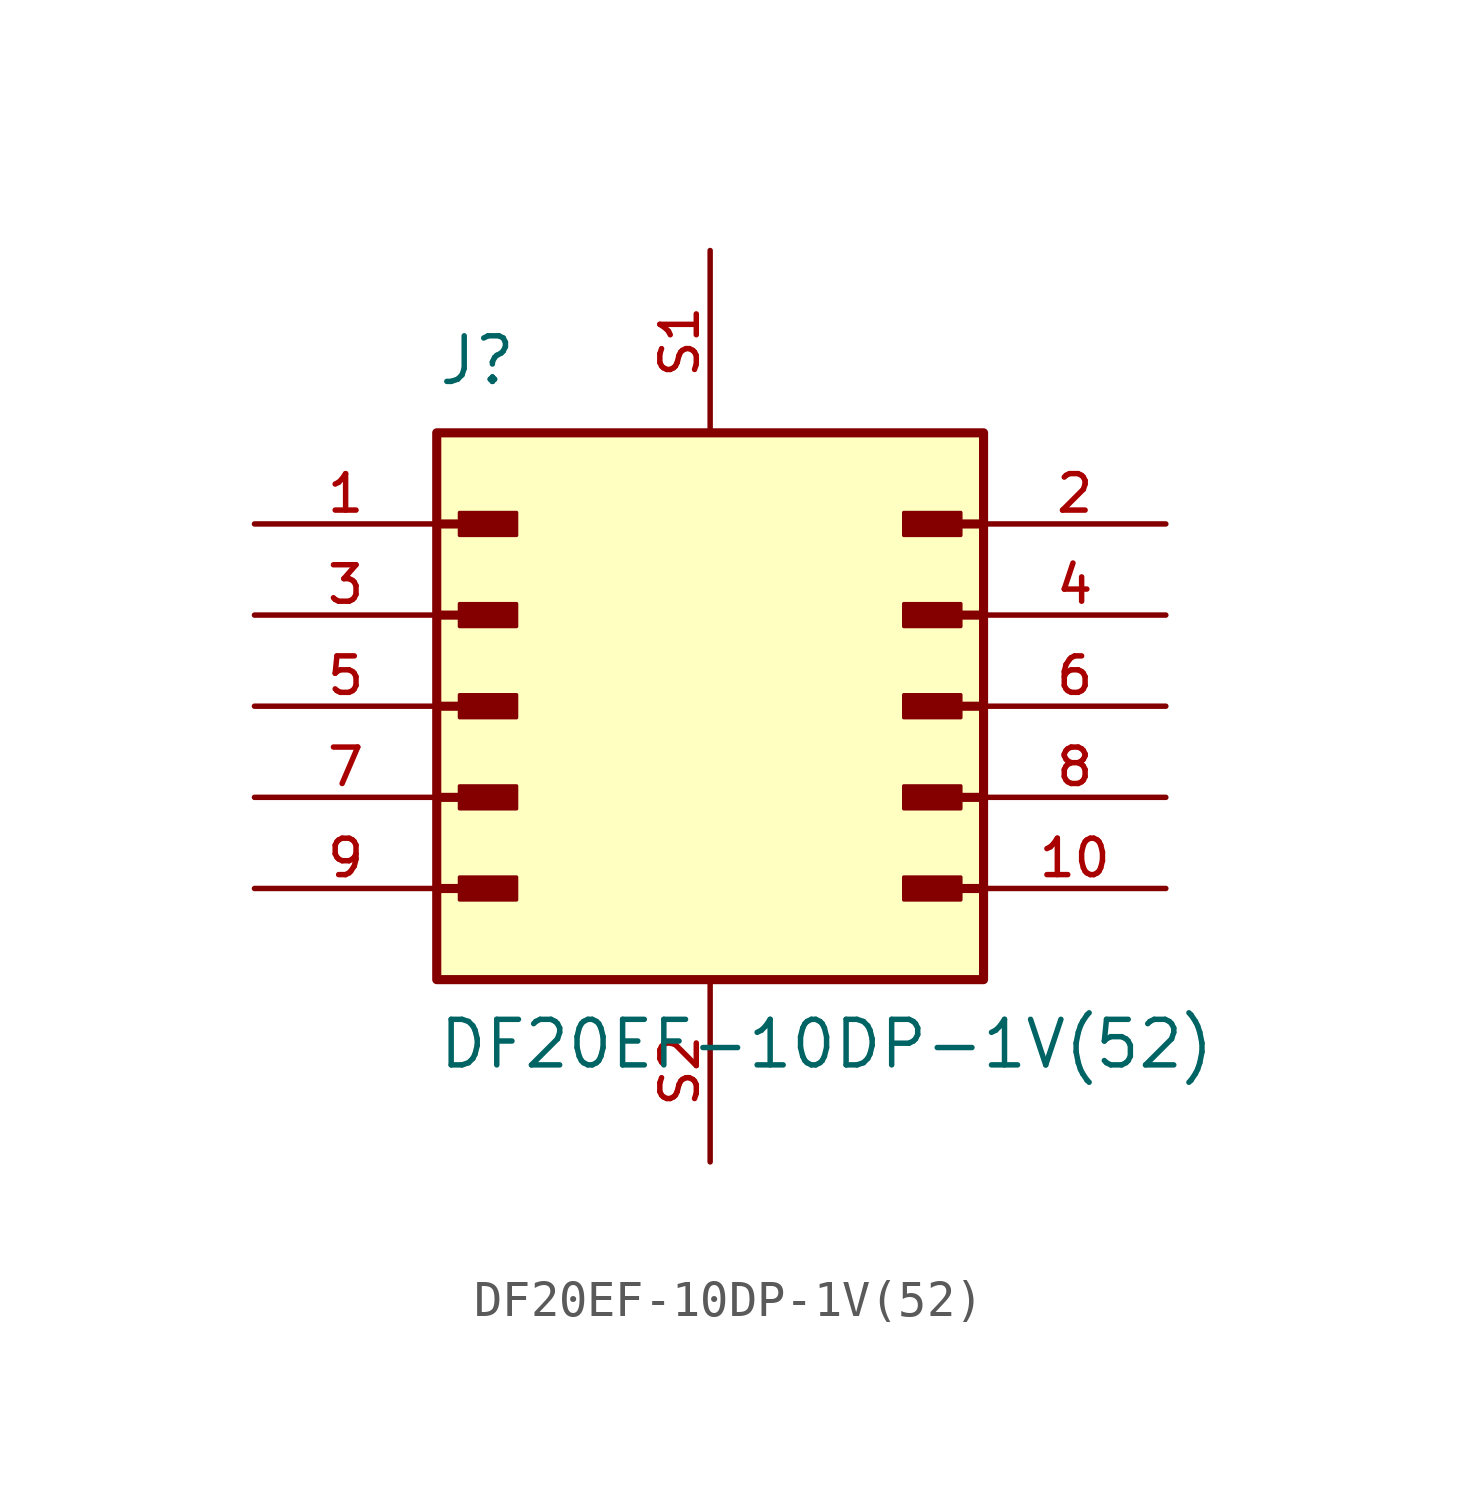
<source format=kicad_sym>
(kicad_symbol_lib
  (version 20220914)
  (generator kicad_symbol_editor)
  (symbol "DF20EF-10DP-1V(52)"
    (pin_names
      (offset 1.016))
    (property "Reference" "J"
      (at -7.62 8.89 0)
      (effects (font (size 1.27 1.27)) (justify left bottom)))
    (property "Value" "DF20EF-10DP-1V(52)"
      (at -7.62 -10.16 0)
      (effects (font (size 1.27 1.27)) (justify left bottom)))
    (symbol "DF20EF-10DP-1V(52)_0_0"
      (rectangle (start -7.62 7.62) (end 7.62 -7.62) (stroke (width 0.254) (type default)) (fill (type background)))
      (rectangle (start -6.985 -5.397) (end -5.397 -4.763) (stroke (width 0.1) (type default)) (fill (type outline)))
      (rectangle (start -6.985 -2.857) (end -5.397 -2.223) (stroke (width 0.1) (type default)) (fill (type outline)))
      (rectangle (start -6.985 -0.318) (end -5.397 0.318) (stroke (width 0.1) (type default)) (fill (type outline)))
      (rectangle (start -6.985 2.223) (end -5.397 2.857) (stroke (width 0.1) (type default)) (fill (type outline)))
      (rectangle (start -6.985 5.397) (end -5.397 4.763) (stroke (width 0.1) (type default)) (fill (type outline)))
      (polyline (pts (xy -7.62 -5.08) (xy -5.715 -5.08)) (stroke (width 0.254) (type default)) (fill (type none)))
      (polyline (pts (xy -7.62 -2.54) (xy -5.715 -2.54)) (stroke (width 0.254) (type default)) (fill (type none)))
      (polyline (pts (xy -7.62 0) (xy -5.715 0)) (stroke (width 0.254) (type default)) (fill (type none)))
      (polyline (pts (xy -7.62 2.54) (xy -5.715 2.54)) (stroke (width 0.254) (type default)) (fill (type none)))
      (polyline (pts (xy -7.62 5.08) (xy -5.715 5.08)) (stroke (width 0.254) (type default)) (fill (type none)))
      (polyline (pts (xy 7.62 -5.08) (xy 5.715 -5.08)) (stroke (width 0.254) (type default)) (fill (type none)))
      (polyline (pts (xy 7.62 -2.54) (xy 5.715 -2.54)) (stroke (width 0.254) (type default)) (fill (type none)))
      (polyline (pts (xy 7.62 0) (xy 5.715 0)) (stroke (width 0.254) (type default)) (fill (type none)))
      (polyline (pts (xy 7.62 2.54) (xy 5.715 2.54)) (stroke (width 0.254) (type default)) (fill (type none)))
      (polyline (pts (xy 7.62 5.08) (xy 5.715 5.08)) (stroke (width 0.254) (type default)) (fill (type none)))
      (rectangle (start 5.397 -5.397) (end 6.985 -4.763) (stroke (width 0.1) (type default)) (fill (type outline)))
      (rectangle (start 5.397 -2.857) (end 6.985 -2.223) (stroke (width 0.1) (type default)) (fill (type outline)))
      (rectangle (start 5.397 -0.318) (end 6.985 0.318) (stroke (width 0.1) (type default)) (fill (type outline)))
      (rectangle (start 5.397 2.223) (end 6.985 2.857) (stroke (width 0.1) (type default)) (fill (type outline)))
      (rectangle (start 5.397 4.763) (end 6.985 5.397) (stroke (width 0.1) (type default)) (fill (type outline))))
    (symbol "DF20EF-10DP-1V(52)_1_0"
      (pin passive line (at -12.7 5.08 0) (length 5.08) (name "" (effects (font (size 1.016 1.016)))) (number "1" (effects (font (size 1.016 1.016)))))
      (pin passive line (at 12.7 -5.08 180) (length 5.08) (name "" (effects (font (size 1.016 1.016)))) (number "10" (effects (font (size 1.016 1.016)))))
      (pin passive line (at 12.7 5.08 180) (length 5.08) (name "" (effects (font (size 1.016 1.016)))) (number "2" (effects (font (size 1.016 1.016)))))
      (pin passive line (at -12.7 2.54 0) (length 5.08) (name "" (effects (font (size 1.016 1.016)))) (number "3" (effects (font (size 1.016 1.016)))))
      (pin passive line (at 12.7 2.54 180) (length 5.08) (name "" (effects (font (size 1.016 1.016)))) (number "4" (effects (font (size 1.016 1.016)))))
      (pin passive line (at -12.7 0 0) (length 5.08) (name "" (effects (font (size 1.016 1.016)))) (number "5" (effects (font (size 1.016 1.016)))))
      (pin passive line (at 12.7 0 180) (length 5.08) (name "" (effects (font (size 1.016 1.016)))) (number "6" (effects (font (size 1.016 1.016)))))
      (pin passive line (at -12.7 -2.54 0) (length 5.08) (name "" (effects (font (size 1.016 1.016)))) (number "7" (effects (font (size 1.016 1.016)))))
      (pin passive line (at 12.7 -2.54 180) (length 5.08) (name "" (effects (font (size 1.016 1.016)))) (number "8" (effects (font (size 1.016 1.016)))))
      (pin passive line (at -12.7 -5.08 0) (length 5.08) (name "" (effects (font (size 1.016 1.016)))) (number "9" (effects (font (size 1.016 1.016)))))
      (pin passive line (at 0 12.7 270) (length 5.08) (name "" (effects (font (size 1.016 1.016)))) (number "S1" (effects (font (size 1.016 1.016)))))
      (pin passive line (at 0 -12.7 90) (length 5.08) (name "" (effects (font (size 1.016 1.016)))) (number "S2" (effects (font (size 1.016 1.016))))))))
</source>
